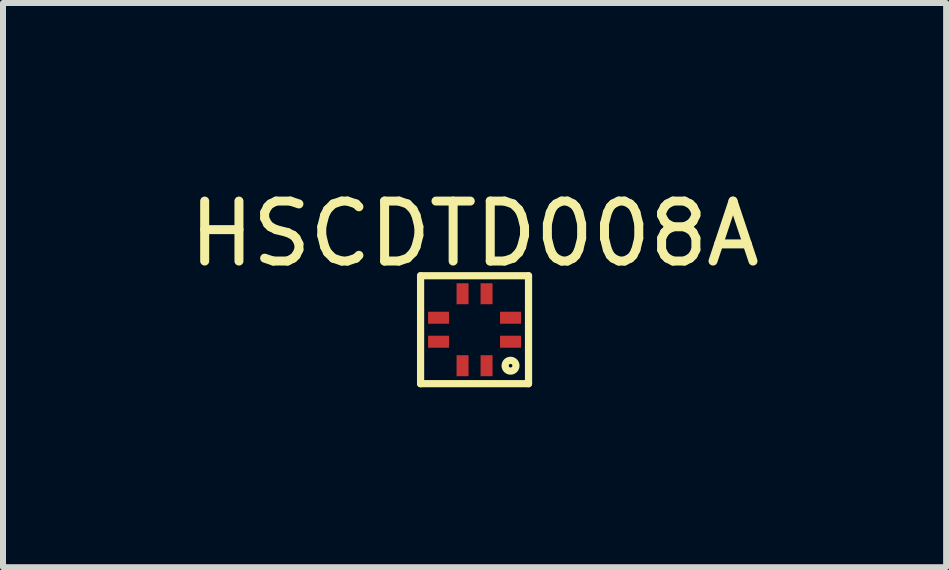
<source format=kicad_pcb>
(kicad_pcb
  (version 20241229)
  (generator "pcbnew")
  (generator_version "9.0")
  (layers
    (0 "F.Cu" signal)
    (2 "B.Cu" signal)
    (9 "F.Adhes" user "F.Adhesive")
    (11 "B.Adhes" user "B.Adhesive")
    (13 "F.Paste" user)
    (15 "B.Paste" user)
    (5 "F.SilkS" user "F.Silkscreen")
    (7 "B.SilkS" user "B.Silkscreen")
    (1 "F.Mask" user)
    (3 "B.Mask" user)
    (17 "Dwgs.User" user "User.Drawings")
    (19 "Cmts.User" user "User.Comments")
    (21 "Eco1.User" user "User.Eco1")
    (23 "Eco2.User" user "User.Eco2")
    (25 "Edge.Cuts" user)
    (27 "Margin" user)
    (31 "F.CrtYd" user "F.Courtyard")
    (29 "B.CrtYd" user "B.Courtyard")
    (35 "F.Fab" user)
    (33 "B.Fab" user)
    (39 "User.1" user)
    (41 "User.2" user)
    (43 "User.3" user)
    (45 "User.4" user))
  (footprint "HSCDTD008A"
    (layer "F.Cu")
    (at 4.863 2.448)
    (property "Reference" "HSCDTD008A" (at 0 -1.6 0) (layer "F.SilkS") (effects (font (size 1 1) (thickness 0.15))))
    (attr through_hole)
    (fp_line (start -0.9 -0.9) (end 0.9 -0.9) (stroke (width 0.12) (type solid)) (layer "F.SilkS"))
    (fp_line (start -0.9 0.9) (end -0.9 -0.9) (stroke (width 0.12) (type solid)) (layer "F.SilkS"))
    (fp_line (start 0.9 -0.9) (end 0.9 0.9) (stroke (width 0.12) (type solid)) (layer "F.SilkS"))
    (fp_line (start 0.9 0.9) (end -0.9 0.9) (stroke (width 0.12) (type solid)) (layer "F.SilkS"))
    (fp_circle (center 0.6 0.6) (end 0.6 0.63) (stroke (width 0.12) (type solid)) (fill no) (layer "F.SilkS"))
    (pad "1" smd rect (at 0.6 0.2) (size 0.35 0.2) (layers "F.Cu" "F.Mask" "F.Paste"))
    (pad "2" smd rect (at 0.6 -0.2) (size 0.35 0.2) (layers "F.Cu" "F.Mask" "F.Paste"))
    (pad "3" smd rect (at 0.2 -0.6 90) (size 0.35 0.2) (layers "F.Cu" "F.Mask" "F.Paste"))
    (pad "4" smd rect (at -0.2 -0.6 90) (size 0.35 0.2) (layers "F.Cu" "F.Mask" "F.Paste"))
    (pad "5" smd rect (at -0.6 -0.2) (size 0.35 0.2) (layers "F.Cu" "F.Mask" "F.Paste"))
    (pad "6" smd rect (at -0.6 0.2) (size 0.35 0.2) (layers "F.Cu" "F.Mask" "F.Paste"))
    (pad "7" smd rect (at -0.2 0.6 90) (size 0.35 0.2) (layers "F.Cu" "F.Mask" "F.Paste"))
    (pad "8" smd rect (at 0.2 0.6 90) (size 0.35 0.2) (layers "F.Cu" "F.Mask" "F.Paste")))
  (gr_rect
    (start -3 -3)
    (end 12.726 6.408)
    (stroke (width 0.1) (type default))
    (fill no)
    (layer "Edge.Cuts")))
</source>
